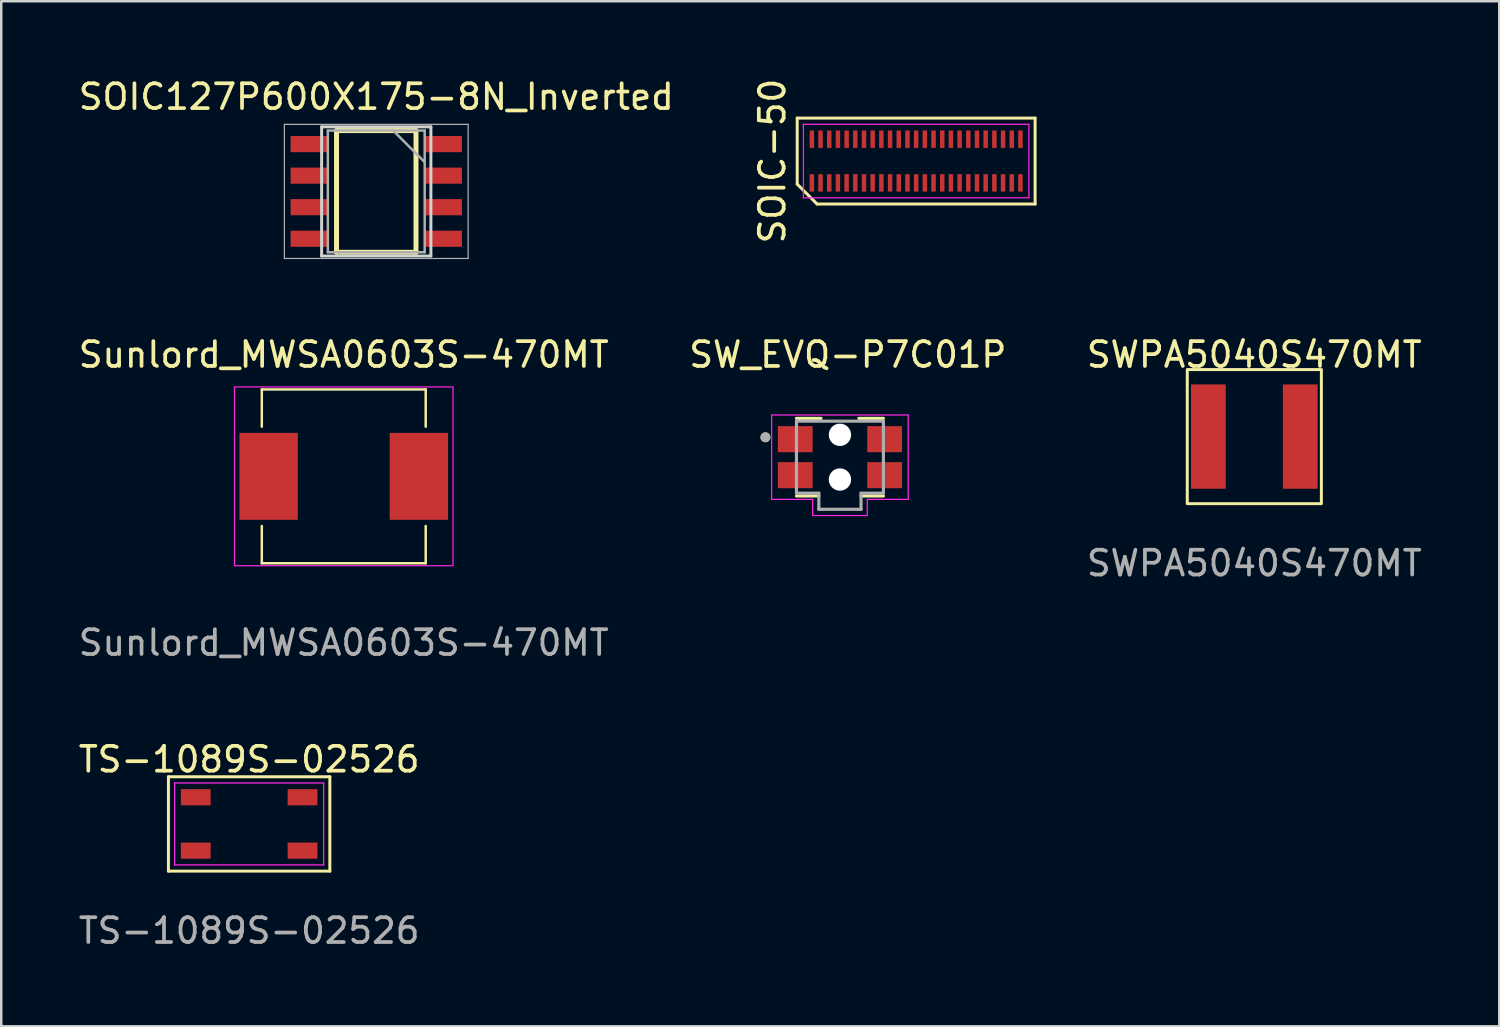
<source format=kicad_pcb>
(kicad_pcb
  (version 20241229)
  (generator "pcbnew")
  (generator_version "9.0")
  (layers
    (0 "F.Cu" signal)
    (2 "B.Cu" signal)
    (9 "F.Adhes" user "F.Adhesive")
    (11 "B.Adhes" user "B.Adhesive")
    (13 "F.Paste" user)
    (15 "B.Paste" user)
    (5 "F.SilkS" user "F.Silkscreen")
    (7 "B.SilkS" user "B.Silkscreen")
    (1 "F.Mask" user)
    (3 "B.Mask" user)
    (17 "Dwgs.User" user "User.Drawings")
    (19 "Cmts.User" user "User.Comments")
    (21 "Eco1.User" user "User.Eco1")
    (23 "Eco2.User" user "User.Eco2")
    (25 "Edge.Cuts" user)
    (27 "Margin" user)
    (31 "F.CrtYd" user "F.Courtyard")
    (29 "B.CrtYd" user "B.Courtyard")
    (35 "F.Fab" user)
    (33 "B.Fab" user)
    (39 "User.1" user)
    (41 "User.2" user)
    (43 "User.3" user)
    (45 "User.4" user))
  (footprint "SW_EVQ-P7C01P"
    (layer "F.Cu")
    (at 30.772 15.359)
    (property "Reference" "SW_EVQ-P7C01P" (at 0.318 -4.128 0) (layer "F.SilkS") (effects (font (size 1 1) (thickness 0.15))))
    (attr smd)
    (fp_line (start -1.75 -1.563) (end -0.763 -1.563) (stroke (width 0.127) (type solid)) (layer "F.SilkS"))
    (fp_line (start -0.85 1.563) (end -1.75 1.563) (stroke (width 0.127) (type solid)) (layer "F.SilkS"))
    (fp_line (start 1.75 -1.563) (end 0.763 -1.563) (stroke (width 0.127) (type solid)) (layer "F.SilkS"))
    (fp_line (start 1.75 1.563) (end 0.85 1.563) (stroke (width 0.127) (type solid)) (layer "F.SilkS"))
    (fp_circle (center -3 -0.8) (end -2.9 -0.8) (stroke (width 0.2) (type solid)) (fill no) (layer "F.SilkS"))
    (fp_line (start -2.75 -1.7) (end 2.75 -1.7) (stroke (width 0.05) (type solid)) (layer "F.CrtYd"))
    (fp_line (start -2.75 1.7) (end -2.75 -1.7) (stroke (width 0.05) (type solid)) (layer "F.CrtYd"))
    (fp_line (start -1.1 1.7) (end -2.75 1.7) (stroke (width 0.05) (type solid)) (layer "F.CrtYd"))
    (fp_line (start -1.1 2.35) (end -1.1 1.7) (stroke (width 0.05) (type solid)) (layer "F.CrtYd"))
    (fp_line (start 1.1 1.7) (end 1.1 2.35) (stroke (width 0.05) (type solid)) (layer "F.CrtYd"))
    (fp_line (start 1.1 2.35) (end -1.1 2.35) (stroke (width 0.05) (type solid)) (layer "F.CrtYd"))
    (fp_line (start 2.75 -1.7) (end 2.75 1.7) (stroke (width 0.05) (type solid)) (layer "F.CrtYd"))
    (fp_line (start 2.75 1.7) (end 1.1 1.7) (stroke (width 0.05) (type solid)) (layer "F.CrtYd"))
    (fp_line (start -1.75 -1.45) (end 1.75 -1.45) (stroke (width 0.127) (type solid)) (layer "F.Fab"))
    (fp_line (start -1.75 1.45) (end -1.75 -1.45) (stroke (width 0.127) (type solid)) (layer "F.Fab"))
    (fp_line (start -0.85 1.45) (end -1.75 1.45) (stroke (width 0.127) (type solid)) (layer "F.Fab"))
    (fp_line (start -0.85 2.1) (end -0.85 1.45) (stroke (width 0.127) (type solid)) (layer "F.Fab"))
    (fp_line (start 0.85 1.45) (end 0.85 2.1) (stroke (width 0.127) (type solid)) (layer "F.Fab"))
    (fp_line (start 0.85 2.1) (end -0.85 2.1) (stroke (width 0.127) (type solid)) (layer "F.Fab"))
    (fp_line (start 1.75 -1.45) (end 1.75 1.45) (stroke (width 0.127) (type solid)) (layer "F.Fab"))
    (fp_line (start 1.75 1.45) (end 0.85 1.45) (stroke (width 0.127) (type solid)) (layer "F.Fab"))
    (fp_circle (center -3 -0.8) (end -2.9 -0.8) (stroke (width 0.2) (type solid)) (fill no) (layer "F.Fab"))
    (pad "" np_thru_hole circle (at 0 -0.9) (size 0.9 0.9) (drill 0.9) (layers "*.Cu" "*.Mask"))
    (pad "" np_thru_hole circle (at 0 0.9) (size 0.9 0.9) (drill 0.9) (layers "*.Cu" "*.Mask"))
    (pad "1_1" smd rect (at -1.8 -0.725) (size 1.4 1.05) (layers "F.Cu" "F.Mask" "F.Paste"))
    (pad "1_2" smd rect (at 1.8 -0.725) (size 1.4 1.05) (layers "F.Cu" "F.Mask" "F.Paste"))
    (pad "2_1" smd rect (at -1.8 0.725) (size 1.4 1.05) (layers "F.Cu" "F.Mask" "F.Paste"))
    (pad "2_2" smd rect (at 1.8 0.725) (size 1.4 1.05) (layers "F.Cu" "F.Mask" "F.Paste")))
  (footprint "SOIC127P600X175-8N_Inverted"
    (layer "F.Cu")
    (at 12.101 4.658)
    (property "Reference" "SOIC127P600X175-8N_Inverted" (at 0 -3.81 0) (layer "F.SilkS") (effects (font (size 1 1) (thickness 0.15))))
    (attr smd)
    (fp_line (start -1.6 -2.45) (end -1.6 2.45) (stroke (width 0.2) (type solid)) (layer "F.SilkS"))
    (fp_line (start -1.6 2.45) (end 1.6 2.45) (stroke (width 0.2) (type solid)) (layer "F.SilkS"))
    (fp_line (start 1.6 -2.45) (end -1.6 -2.45) (stroke (width 0.2) (type solid)) (layer "F.SilkS"))
    (fp_line (start 1.6 2.45) (end 1.6 -2.45) (stroke (width 0.2) (type solid)) (layer "F.SilkS"))
    (fp_line (start -2.2 -2.6) (end -2.2 2.6) (stroke (width 0.12) (type default)) (layer "Edge.Cuts"))
    (fp_line (start -2.2 -2.6) (end 2.2 -2.6) (stroke (width 0.12) (type default)) (layer "Edge.Cuts"))
    (fp_line (start 2.2 -2.6) (end 2.2 2.6) (stroke (width 0.12) (type default)) (layer "Edge.Cuts"))
    (fp_line (start 2.2 2.6) (end -2.2 2.6) (stroke (width 0.12) (type default)) (layer "Edge.Cuts"))
    (fp_line (start -3.7 -2.7) (end -3.7 2.7) (stroke (width 0.05) (type solid)) (layer "F.Fab"))
    (fp_line (start -1.95 -2.45) (end -1.95 2.45) (stroke (width 0.1) (type solid)) (layer "F.Fab"))
    (fp_line (start -1.95 2.45) (end 1.95 2.45) (stroke (width 0.1) (type solid)) (layer "F.Fab"))
    (fp_line (start 1.95 -2.45) (end -1.95 -2.45) (stroke (width 0.1) (type solid)) (layer "F.Fab"))
    (fp_line (start 1.95 -1.18) (end 0.68 -2.45) (stroke (width 0.1) (type solid)) (layer "F.Fab"))
    (fp_line (start 1.95 2.45) (end 1.95 -2.45) (stroke (width 0.1) (type solid)) (layer "F.Fab"))
    (fp_line (start 3.7 -2.7) (end -3.7 -2.7) (stroke (width 0.05) (type solid)) (layer "F.Fab"))
    (fp_line (start 3.7 2.7) (end -3.7 2.7) (stroke (width 0.05) (type solid)) (layer "F.Fab"))
    (fp_line (start 3.7 2.7) (end 3.7 -2.7) (stroke (width 0.05) (type solid)) (layer "F.Fab"))
    (pad "1" smd rect (at 2.7 -1.905) (size 1.5 0.65) (layers "F.Cu" "F.Mask" "F.Paste"))
    (pad "2" smd rect (at 2.7 -0.635) (size 1.5 0.65) (layers "F.Cu" "F.Mask" "F.Paste"))
    (pad "3" smd rect (at 2.7 0.635) (size 1.5 0.65) (layers "F.Cu" "F.Mask" "F.Paste"))
    (pad "4" smd rect (at 2.7 1.905) (size 1.5 0.65) (layers "F.Cu" "F.Mask" "F.Paste"))
    (pad "5" smd rect (at -2.7 1.905) (size 1.5 0.65) (layers "F.Cu" "F.Mask" "F.Paste"))
    (pad "6" smd rect (at -2.7 0.635) (size 1.5 0.65) (layers "F.Cu" "F.Mask" "F.Paste"))
    (pad "7" smd rect (at -2.7 -0.635) (size 1.5 0.65) (layers "F.Cu" "F.Mask" "F.Paste"))
    (pad "8" smd rect (at -2.7 -1.905) (size 1.5 0.65) (layers "F.Cu" "F.Mask" "F.Paste")))
  (footprint "SOIC-50"
    (layer "F.Cu")
    (at 33.841 3.435)
    (property "Reference" "SOIC-50" (at -5.79 0 90) (layer "F.SilkS") (effects (font (size 1 1) (thickness 0.15))))
    (attr through_hole)
    (fp_line (start -4.79 -1.73) (end 4.79 -1.73) (stroke (width 0.12) (type solid)) (layer "F.SilkS"))
    (fp_line (start -4.79 0.93) (end -4.79 -1.73) (stroke (width 0.12) (type solid)) (layer "F.SilkS"))
    (fp_line (start -3.99 1.73) (end -4.79 0.93) (stroke (width 0.12) (type solid)) (layer "F.SilkS"))
    (fp_line (start 4.79 -1.73) (end 4.79 1.73) (stroke (width 0.12) (type solid)) (layer "F.SilkS"))
    (fp_line (start 4.79 1.73) (end -3.99 1.73) (stroke (width 0.12) (type solid)) (layer "F.SilkS"))
    (fp_line (start -4.54 -1.48) (end 4.54 -1.48) (stroke (width 0.05) (type solid)) (layer "F.CrtYd"))
    (fp_line (start -4.54 1.48) (end -4.54 -1.48) (stroke (width 0.05) (type solid)) (layer "F.CrtYd"))
    (fp_line (start 4.54 -1.48) (end 4.54 1.48) (stroke (width 0.05) (type solid)) (layer "F.CrtYd"))
    (fp_line (start 4.54 1.48) (end -4.54 1.48) (stroke (width 0.05) (type solid)) (layer "F.CrtYd"))
    (pad "1" smd rect (at -4.2 0.88) (size 0.18 0.7) (layers "F.Cu" "F.Mask" "F.Paste"))
    (pad "2" smd rect (at -3.85 0.88) (size 0.18 0.7) (layers "F.Cu" "F.Mask" "F.Paste"))
    (pad "3" smd rect (at -3.5 0.88) (size 0.18 0.7) (layers "F.Cu" "F.Mask" "F.Paste"))
    (pad "4" smd rect (at -3.15 0.88) (size 0.18 0.7) (layers "F.Cu" "F.Mask" "F.Paste"))
    (pad "5" smd rect (at -2.8 0.88) (size 0.18 0.7) (layers "F.Cu" "F.Mask" "F.Paste"))
    (pad "6" smd rect (at -2.45 0.88) (size 0.18 0.7) (layers "F.Cu" "F.Mask" "F.Paste"))
    (pad "7" smd rect (at -2.1 0.88) (size 0.18 0.7) (layers "F.Cu" "F.Mask" "F.Paste"))
    (pad "8" smd rect (at -1.75 0.88) (size 0.18 0.7) (layers "F.Cu" "F.Mask" "F.Paste"))
    (pad "9" smd rect (at -1.4 0.88) (size 0.18 0.7) (layers "F.Cu" "F.Mask" "F.Paste"))
    (pad "10" smd rect (at -1.05 0.88) (size 0.18 0.7) (layers "F.Cu" "F.Mask" "F.Paste"))
    (pad "11" smd rect (at -0.7 0.88) (size 0.18 0.7) (layers "F.Cu" "F.Mask" "F.Paste"))
    (pad "12" smd rect (at -0.35 0.88) (size 0.18 0.7) (layers "F.Cu" "F.Mask" "F.Paste"))
    (pad "13" smd rect (at 0 0.88) (size 0.18 0.7) (layers "F.Cu" "F.Mask" "F.Paste"))
    (pad "14" smd rect (at 0.35 0.88) (size 0.18 0.7) (layers "F.Cu" "F.Mask" "F.Paste"))
    (pad "15" smd rect (at 0.7 0.88) (size 0.18 0.7) (layers "F.Cu" "F.Mask" "F.Paste"))
    (pad "16" smd rect (at 1.05 0.88) (size 0.18 0.7) (layers "F.Cu" "F.Mask" "F.Paste"))
    (pad "17" smd rect (at 1.4 0.88) (size 0.18 0.7) (layers "F.Cu" "F.Mask" "F.Paste"))
    (pad "18" smd rect (at 1.75 0.88) (size 0.18 0.7) (layers "F.Cu" "F.Mask" "F.Paste"))
    (pad "19" smd rect (at 2.1 0.88) (size 0.18 0.7) (layers "F.Cu" "F.Mask" "F.Paste"))
    (pad "20" smd rect (at 2.45 0.88) (size 0.18 0.7) (layers "F.Cu" "F.Mask" "F.Paste"))
    (pad "21" smd rect (at 2.8 0.88) (size 0.18 0.7) (layers "F.Cu" "F.Mask" "F.Paste"))
    (pad "22" smd rect (at 3.15 0.88) (size 0.18 0.7) (layers "F.Cu" "F.Mask" "F.Paste"))
    (pad "23" smd rect (at 3.5 0.88) (size 0.18 0.7) (layers "F.Cu" "F.Mask" "F.Paste"))
    (pad "24" smd rect (at 3.85 0.88) (size 0.18 0.7) (layers "F.Cu" "F.Mask" "F.Paste"))
    (pad "25" smd rect (at 4.2 0.88) (size 0.18 0.7) (layers "F.Cu" "F.Mask" "F.Paste"))
    (pad "26" smd rect (at 4.2 -0.88) (size 0.18 0.7) (layers "F.Cu" "F.Mask" "F.Paste"))
    (pad "27" smd rect (at 3.85 -0.88) (size 0.18 0.7) (layers "F.Cu" "F.Mask" "F.Paste"))
    (pad "28" smd rect (at 3.5 -0.88) (size 0.18 0.7) (layers "F.Cu" "F.Mask" "F.Paste"))
    (pad "29" smd rect (at 3.15 -0.88) (size 0.18 0.7) (layers "F.Cu" "F.Mask" "F.Paste"))
    (pad "30" smd rect (at 2.8 -0.88) (size 0.18 0.7) (layers "F.Cu" "F.Mask" "F.Paste"))
    (pad "31" smd rect (at 2.45 -0.88) (size 0.18 0.7) (layers "F.Cu" "F.Mask" "F.Paste"))
    (pad "32" smd rect (at 2.1 -0.88) (size 0.18 0.7) (layers "F.Cu" "F.Mask" "F.Paste"))
    (pad "33" smd rect (at 1.75 -0.88) (size 0.18 0.7) (layers "F.Cu" "F.Mask" "F.Paste"))
    (pad "34" smd rect (at 1.4 -0.88) (size 0.18 0.7) (layers "F.Cu" "F.Mask" "F.Paste"))
    (pad "35" smd rect (at 1.05 -0.88) (size 0.18 0.7) (layers "F.Cu" "F.Mask" "F.Paste"))
    (pad "36" smd rect (at 0.7 -0.88) (size 0.18 0.7) (layers "F.Cu" "F.Mask" "F.Paste"))
    (pad "37" smd rect (at 0.35 -0.88) (size 0.18 0.7) (layers "F.Cu" "F.Mask" "F.Paste"))
    (pad "38" smd rect (at 0 -0.88) (size 0.18 0.7) (layers "F.Cu" "F.Mask" "F.Paste"))
    (pad "39" smd rect (at -0.35 -0.88) (size 0.18 0.7) (layers "F.Cu" "F.Mask" "F.Paste"))
    (pad "40" smd rect (at -0.7 -0.88) (size 0.18 0.7) (layers "F.Cu" "F.Mask" "F.Paste"))
    (pad "41" smd rect (at -1.05 -0.88) (size 0.18 0.7) (layers "F.Cu" "F.Mask" "F.Paste"))
    (pad "42" smd rect (at -1.4 -0.88) (size 0.18 0.7) (layers "F.Cu" "F.Mask" "F.Paste"))
    (pad "43" smd rect (at -1.75 -0.88) (size 0.18 0.7) (layers "F.Cu" "F.Mask" "F.Paste"))
    (pad "44" smd rect (at -2.1 -0.88) (size 0.18 0.7) (layers "F.Cu" "F.Mask" "F.Paste"))
    (pad "45" smd rect (at -2.45 -0.88) (size 0.18 0.7) (layers "F.Cu" "F.Mask" "F.Paste"))
    (pad "46" smd rect (at -2.8 -0.88) (size 0.18 0.7) (layers "F.Cu" "F.Mask" "F.Paste"))
    (pad "47" smd rect (at -3.15 -0.88) (size 0.18 0.7) (layers "F.Cu" "F.Mask" "F.Paste"))
    (pad "48" smd rect (at -3.5 -0.88) (size 0.18 0.7) (layers "F.Cu" "F.Mask" "F.Paste"))
    (pad "49" smd rect (at -3.85 -0.88) (size 0.18 0.7) (layers "F.Cu" "F.Mask" "F.Paste"))
    (pad "50" smd rect (at -4.2 -0.88) (size 0.18 0.7) (layers "F.Cu" "F.Mask" "F.Paste")))
  (footprint "Sunlord_MWSA0603S-470MT"
    (layer "F.Cu")
    (at 10.792 16.131)
    (property "Reference" "Sunlord_MWSA0603S-470MT" (at 0 -4.9 0) (unlocked yes) (layer "F.SilkS") (effects (font (size 1 1) (thickness 0.15))))
    (attr smd)
    (fp_line (start -3.3 -3.5) (end 3.3 -3.5) (stroke (width 0.1) (type solid)) (layer "F.SilkS"))
    (fp_line (start -3.3 -2) (end -3.3 -3.5) (stroke (width 0.1) (type solid)) (layer "F.SilkS"))
    (fp_line (start -3.3 3.5) (end -3.3 2) (stroke (width 0.1) (type solid)) (layer "F.SilkS"))
    (fp_line (start 3.3 -2) (end 3.3 -3.5) (stroke (width 0.1) (type solid)) (layer "F.SilkS"))
    (fp_line (start 3.3 3.5) (end -3.3 3.5) (stroke (width 0.1) (type solid)) (layer "F.SilkS"))
    (fp_line (start 3.3 3.5) (end 3.3 2) (stroke (width 0.1) (type solid)) (layer "F.SilkS"))
    (fp_rect (start -4.4 -3.6) (end 4.4 3.6) (stroke (width 0.05) (type solid)) (fill no) (layer "F.CrtYd"))
    (fp_text user "${REFERENCE}" (at 0 6.7 0) (unlocked yes) (layer "F.Fab") (effects (font (size 1 1) (thickness 0.15))))
    (pad "1" smd rect (at -3.025 0) (size 2.35 3.5) (layers "F.Cu" "F.Mask" "F.Paste"))
    (pad "2" smd rect (at 3.025 0) (size 2.35 3.5) (layers "F.Cu" "F.Mask" "F.Paste")))
  (footprint "SWPA5040S470MT"
    (layer "F.Cu")
    (at 47.458 14.531)
    (property "Reference" "SWPA5040S470MT" (at 0 -3.3 0) (unlocked yes) (layer "F.SilkS") (effects (font (size 1 1) (thickness 0.15))))
    (attr smd)
    (fp_rect (start -2.7 -2.7) (end 2.7 2.7) (stroke (width 0.12) (type solid)) (fill no) (layer "F.SilkS"))
    (fp_text user "${REFERENCE}" (at 0 5.1 0) (unlocked yes) (layer "F.Fab") (effects (font (size 1 1) (thickness 0.15))))
    (pad "1" smd rect (at -1.85 0) (size 1.4 4.2) (layers "F.Cu" "F.Mask" "F.Paste"))
    (pad "2" smd rect (at 1.85 0) (size 1.4 4.2) (layers "F.Cu" "F.Mask" "F.Paste")))
  (footprint "TS-1089S-02526"
    (layer "F.Cu")
    (at 6.982 30.128)
    (property "Reference" "TS-1089S-02526" (at 0 -2.6 0) (unlocked yes) (layer "F.SilkS") (effects (font (size 1 1) (thickness 0.15))))
    (attr smd)
    (fp_line (start -3.25 -1.9) (end 3.25 -1.9) (stroke (width 0.12) (type solid)) (layer "F.SilkS"))
    (fp_line (start -3.25 1.9) (end -3.25 -1.9) (stroke (width 0.12) (type solid)) (layer "F.SilkS"))
    (fp_line (start 3.25 -1.9) (end 3.25 1.9) (stroke (width 0.12) (type solid)) (layer "F.SilkS"))
    (fp_line (start 3.25 1.9) (end -3.25 1.9) (stroke (width 0.12) (type solid)) (layer "F.SilkS"))
    (fp_line (start -3 -1.65) (end 3 -1.65) (stroke (width 0.05) (type solid)) (layer "F.CrtYd"))
    (fp_line (start -3 1.65) (end -3 -1.65) (stroke (width 0.05) (type solid)) (layer "F.CrtYd"))
    (fp_line (start 3 -1.65) (end 3 1.65) (stroke (width 0.05) (type solid)) (layer "F.CrtYd"))
    (fp_line (start 3 1.65) (end -3 1.65) (stroke (width 0.05) (type solid)) (layer "F.CrtYd"))
    (fp_text user "${REFERENCE}" (at 0 4.3 0) (unlocked yes) (layer "F.Fab") (effects (font (size 1 1) (thickness 0.15))))
    (pad "1" smd rect (at -2.15 -1.075) (size 1.2 0.65) (layers "F.Cu" "F.Mask" "F.Paste"))
    (pad "1" smd rect (at 2.15 -1.075) (size 1.2 0.65) (layers "F.Cu" "F.Mask" "F.Paste"))
    (pad "2" smd rect (at -2.15 1.075) (size 1.2 0.65) (layers "F.Cu" "F.Mask" "F.Paste"))
    (pad "2" smd rect (at 2.15 1.075) (size 1.2 0.65) (layers "F.Cu" "F.Mask" "F.Paste")))
  (gr_rect
    (start -3 -3)
    (end 57.321 38.276)
    (stroke (width 0.1) (type default))
    (fill no)
    (layer "Edge.Cuts")))
</source>
